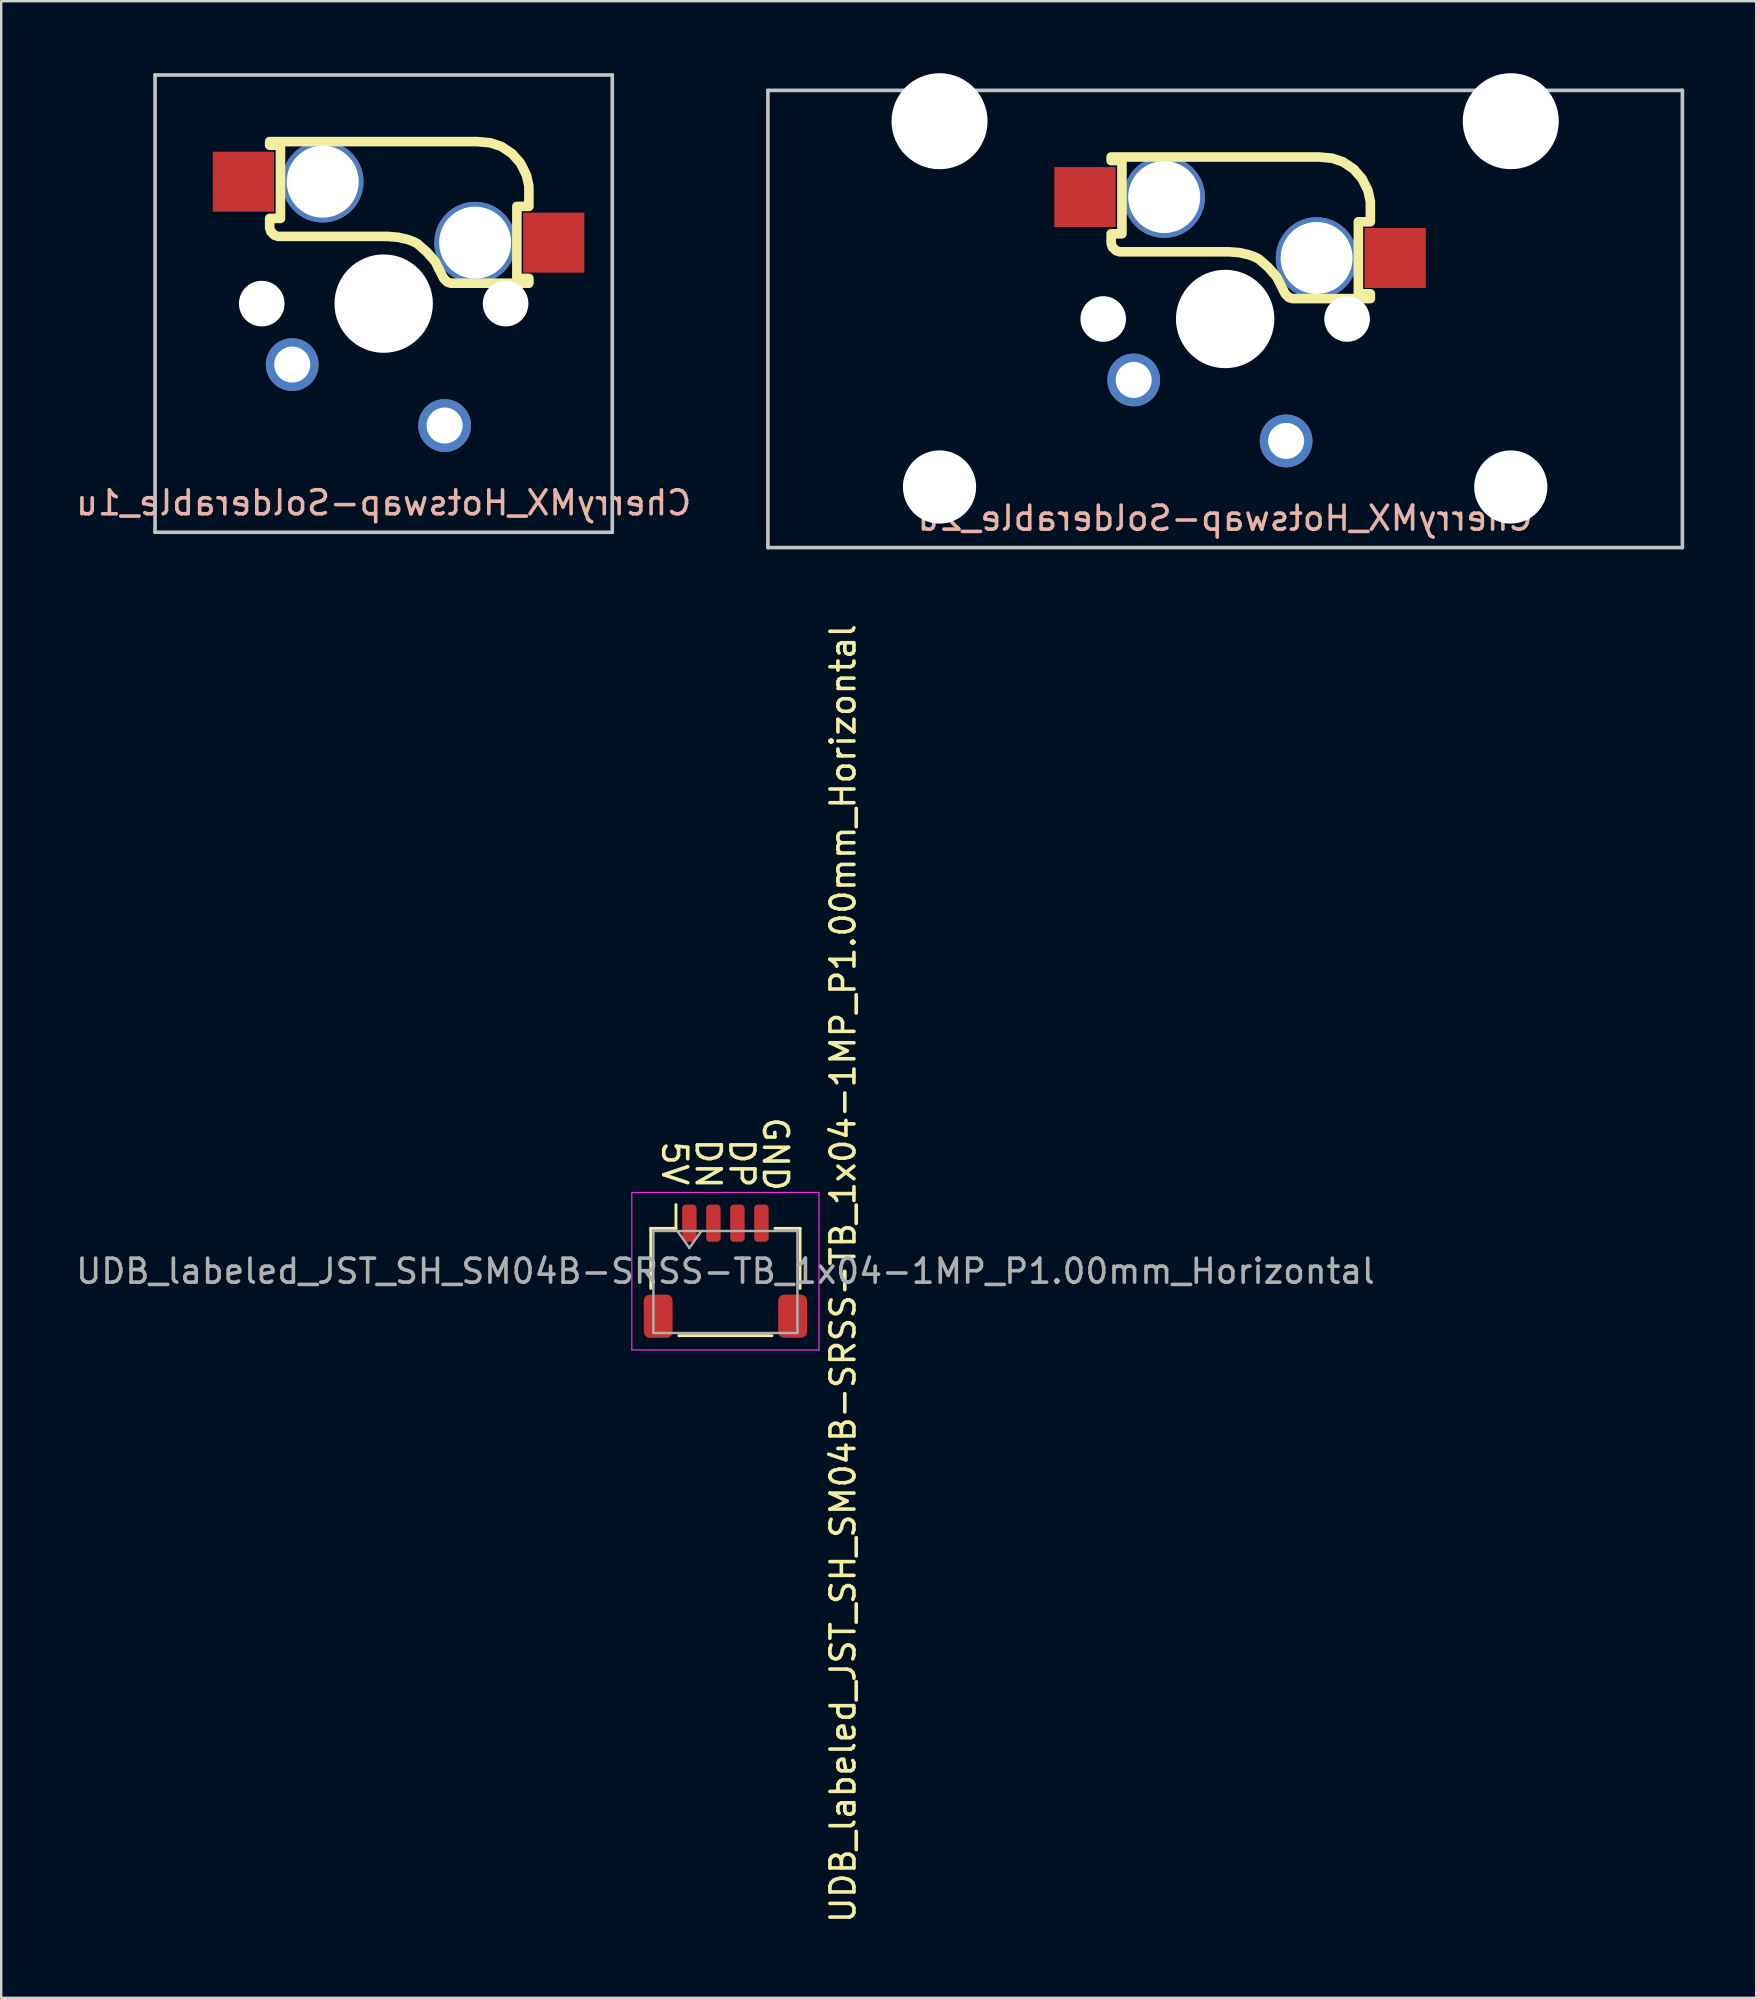
<source format=kicad_pcb>
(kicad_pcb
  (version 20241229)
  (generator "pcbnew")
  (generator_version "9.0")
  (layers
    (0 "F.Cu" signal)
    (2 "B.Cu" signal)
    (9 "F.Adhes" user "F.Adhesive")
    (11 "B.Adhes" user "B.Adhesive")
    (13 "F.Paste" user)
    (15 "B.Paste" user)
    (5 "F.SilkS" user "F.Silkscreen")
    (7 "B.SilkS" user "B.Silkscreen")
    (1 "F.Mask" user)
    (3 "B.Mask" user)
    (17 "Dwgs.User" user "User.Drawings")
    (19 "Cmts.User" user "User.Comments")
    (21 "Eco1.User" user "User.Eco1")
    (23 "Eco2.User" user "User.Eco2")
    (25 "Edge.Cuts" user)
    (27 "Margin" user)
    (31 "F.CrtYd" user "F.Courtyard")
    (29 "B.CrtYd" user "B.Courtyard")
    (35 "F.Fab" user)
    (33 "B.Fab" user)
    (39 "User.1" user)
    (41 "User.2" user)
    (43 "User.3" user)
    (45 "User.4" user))
  (footprint "CherryMX_Hotswap-Solderable_1u"
    (layer "F.Cu")
    (at 12.935 9.6)
    (property "Reference" "CherryMX_Hotswap-Solderable_1u" (at 0 8.3 0) (layer "B.SilkS") (effects (font (size 1 1) (thickness 0.15)) (justify mirror)))
    (attr through_hole)
    (fp_poly (pts (xy -4.75 -6.6) (xy -4.3 -6.6) (xy -4.3 -3.55) (xy -4.75 -3.55) (xy -4.75 -3.15) (xy -4.7 -3) (xy -4.55 -2.85) (xy -4.4 -2.8) (xy 0.15 -2.8) (xy 0.6 -2.765) (xy 1 -2.672) (xy 1.2 -2.6) (xy 1.4 -2.5) (xy 1.8 -2.15) (xy 2.15 -1.75) (xy 2.34 -1.37) (xy 2.5 -1.05) (xy 2.65 -0.9) (xy 2.8 -0.85) (xy 6.05 -0.85) (xy 6.05 -1.05) (xy 5.55 -1.05) (xy 5.55 -4.05) (xy 6.05 -4.05) (xy 6.05 -4.9) (xy 5.95 -5.35) (xy 5.7 -5.85) (xy 5.35 -6.25) (xy 4.9 -6.55) (xy 4.45 -6.7) (xy 3.9 -6.75) (xy -4.75 -6.75)) (stroke (width 0.4) (type solid)) (fill no) (layer "F.SilkS"))
    (fp_line (start -9.525 -9.525) (end -9.525 9.525) (stroke (width 0.15) (type solid)) (layer "Dwgs.User"))
    (fp_line (start -9.525 9.525) (end 9.525 9.525) (stroke (width 0.15) (type solid)) (layer "Dwgs.User"))
    (fp_line (start 9.525 -9.525) (end -9.525 -9.525) (stroke (width 0.15) (type solid)) (layer "Dwgs.User"))
    (fp_line (start 9.525 9.525) (end 9.525 -9.525) (stroke (width 0.15) (type solid)) (layer "Dwgs.User"))
    (pad "" np_thru_hole circle (at -5.08 0) (size 1.9 1.9) (drill 1.9) (layers "*.Cu" "*.Mask"))
    (pad "" np_thru_hole circle (at 0 0 270) (size 4.1 4.1) (drill 4.1) (layers "*.Cu" "*.Mask"))
    (pad "" np_thru_hole circle (at 5.08 0) (size 1.9 1.9) (drill 1.9) (layers "*.Cu" "*.Mask"))
    (pad "1" thru_hole circle (at 2.54 5.08 180) (size 2.2 2.2) (drill 1.5) (layers "*.Cu" "*.Mask"))
    (pad "1" thru_hole circle (at 3.81 -2.54) (size 3.4 3.4) (drill 3) (layers "*.Cu" "*.Mask"))
    (pad "1" smd rect (at 7.085 -2.54 180) (size 2.55 2.5) (layers "F.Cu" "F.Mask" "F.Paste"))
    (pad "2" smd rect (at -5.842 -5.08 180) (size 2.55 2.5) (layers "F.Cu" "F.Mask" "F.Paste"))
    (pad "2" thru_hole circle (at -3.81 2.54 180) (size 2.2 2.2) (drill 1.5) (layers "*.Cu" "*.Mask"))
    (pad "2" thru_hole circle (at -2.54 -5.08) (size 3.4 3.4) (drill 3) (layers "*.Cu" "*.Mask")))
  (footprint "CherryMX_Hotswap-Solderable_2u"
    (layer "F.Cu")
    (at 47.994 10.24)
    (property "Reference" "CherryMX_Hotswap-Solderable_2u" (at 0 8.3 0) (layer "B.SilkS") (effects (font (size 1 1) (thickness 0.15)) (justify mirror)))
    (attr through_hole)
    (fp_poly (pts (xy -4.75 -6.6) (xy -4.3 -6.6) (xy -4.3 -3.55) (xy -4.75 -3.55) (xy -4.75 -3.15) (xy -4.7 -3) (xy -4.55 -2.85) (xy -4.4 -2.8) (xy 0.15 -2.8) (xy 0.6 -2.765) (xy 1 -2.672) (xy 1.2 -2.6) (xy 1.4 -2.5) (xy 1.8 -2.15) (xy 2.15 -1.75) (xy 2.34 -1.37) (xy 2.5 -1.05) (xy 2.65 -0.9) (xy 2.8 -0.85) (xy 6.05 -0.85) (xy 6.05 -1.05) (xy 5.55 -1.05) (xy 5.55 -4.05) (xy 6.05 -4.05) (xy 6.05 -4.9) (xy 5.95 -5.35) (xy 5.7 -5.85) (xy 5.35 -6.25) (xy 4.9 -6.55) (xy 4.45 -6.7) (xy 3.9 -6.75) (xy -4.75 -6.75)) (stroke (width 0.4) (type solid)) (fill no) (layer "F.SilkS"))
    (fp_line (start -19.05 -9.525) (end -19.05 9.525) (stroke (width 0.15) (type solid)) (layer "Dwgs.User"))
    (fp_line (start -19.05 9.525) (end 19.05 9.525) (stroke (width 0.15) (type solid)) (layer "Dwgs.User"))
    (fp_line (start 19.05 -9.525) (end -19.05 -9.525) (stroke (width 0.15) (type solid)) (layer "Dwgs.User"))
    (fp_line (start 19.05 9.525) (end 19.05 -9.525) (stroke (width 0.15) (type solid)) (layer "Dwgs.User"))
    (pad "" np_thru_hole circle (at -11.9 -8.24 180) (size 4 4) (drill 4) (layers "*.Cu" "*.Mask"))
    (pad "" np_thru_hole circle (at -11.9 7 180) (size 3.05 3.05) (drill 3.05) (layers "*.Cu" "*.Mask"))
    (pad "" np_thru_hole circle (at -5.08 0) (size 1.9 1.9) (drill 1.9) (layers "*.Cu" "*.Mask"))
    (pad "" np_thru_hole circle (at 0 0 90) (size 4.1 4.1) (drill 4.1) (layers "*.Cu" "*.Mask"))
    (pad "" np_thru_hole circle (at 5.08 0) (size 1.9 1.9) (drill 1.9) (layers "*.Cu" "*.Mask"))
    (pad "" np_thru_hole circle (at 11.9 -8.24 180) (size 4 4) (drill 4) (layers "*.Cu" "*.Mask"))
    (pad "" np_thru_hole circle (at 11.9 7 180) (size 3.05 3.05) (drill 3.05) (layers "*.Cu" "*.Mask"))
    (pad "1" thru_hole circle (at 2.54 5.08 180) (size 2.2 2.2) (drill 1.5) (layers "*.Cu" "*.Mask"))
    (pad "1" thru_hole circle (at 3.81 -2.54) (size 3.4 3.4) (drill 3) (layers "*.Cu" "*.Mask"))
    (pad "1" smd rect (at 7.085 -2.54 180) (size 2.55 2.5) (layers "F.Cu" "F.Mask" "F.Paste"))
    (pad "2" smd rect (at -5.842 -5.08 180) (size 2.55 2.5) (layers "F.Cu" "F.Mask" "F.Paste"))
    (pad "2" thru_hole circle (at -3.81 2.54 180) (size 2.2 2.2) (drill 1.5) (layers "*.Cu" "*.Mask"))
    (pad "2" thru_hole circle (at -2.54 -5.08) (size 3.4 3.4) (drill 3) (layers "*.Cu" "*.Mask")))
  (footprint "UDB_labeled_JST_SH_SM04B-SRSS-TB_1x04-1MP_P1.00mm_Horizontal"
    (layer "F.Cu")
    (at 27.173 49.913)
    (property "Reference" "UDB_labeled_JST_SH_SM04B-SRSS-TB_1x04-1MP_P1.00mm_Horizontal" (at 4.9 0.1 90) (layer "F.SilkS") (effects (font (size 1 1) (thickness 0.15))))
    (attr smd)
    (fp_line (start -3.11 -1.785) (end -2.06 -1.785) (stroke (width 0.12) (type solid)) (layer "F.SilkS"))
    (fp_line (start -3.11 0.715) (end -3.11 -1.785) (stroke (width 0.12) (type solid)) (layer "F.SilkS"))
    (fp_line (start -2.06 -1.785) (end -2.06 -2.775) (stroke (width 0.12) (type solid)) (layer "F.SilkS"))
    (fp_line (start -1.94 2.685) (end 1.94 2.685) (stroke (width 0.12) (type solid)) (layer "F.SilkS"))
    (fp_line (start 3.11 -1.785) (end 2.06 -1.785) (stroke (width 0.12) (type solid)) (layer "F.SilkS"))
    (fp_line (start 3.11 0.715) (end 3.11 -1.785) (stroke (width 0.12) (type solid)) (layer "F.SilkS"))
    (fp_line (start -3.9 -3.28) (end -3.9 3.28) (stroke (width 0.05) (type solid)) (layer "F.CrtYd"))
    (fp_line (start -3.9 3.28) (end 3.9 3.28) (stroke (width 0.05) (type solid)) (layer "F.CrtYd"))
    (fp_line (start 3.9 -3.28) (end -3.9 -3.28) (stroke (width 0.05) (type solid)) (layer "F.CrtYd"))
    (fp_line (start 3.9 3.28) (end 3.9 -3.28) (stroke (width 0.05) (type solid)) (layer "F.CrtYd"))
    (fp_line (start -3 -1.675) (end -3 2.575) (stroke (width 0.1) (type solid)) (layer "F.Fab"))
    (fp_line (start -3 -1.675) (end 3 -1.675) (stroke (width 0.1) (type solid)) (layer "F.Fab"))
    (fp_line (start -3 2.575) (end 3 2.575) (stroke (width 0.1) (type solid)) (layer "F.Fab"))
    (fp_line (start -2 -1.675) (end -1.5 -0.968) (stroke (width 0.1) (type solid)) (layer "F.Fab"))
    (fp_line (start -1.5 -0.968) (end -1 -1.675) (stroke (width 0.1) (type solid)) (layer "F.Fab"))
    (fp_line (start 3 -1.675) (end 3 2.575) (stroke (width 0.1) (type solid)) (layer "F.Fab"))
    (fp_text user "DN" (at -1.3 -5.6 270) (unlocked yes) (layer "F.SilkS") (effects (font (size 1 1) (thickness 0.15) (bold yes)) (justify left bottom)))
    (fp_text user "5V" (at -2.7 -5.5 270) (unlocked yes) (layer "F.SilkS") (effects (font (size 1 1) (thickness 0.15) (bold yes)) (justify left bottom)))
    (fp_text user "GND" (at 1.5 -6.5 270) (unlocked yes) (layer "F.SilkS") (effects (font (size 1 1) (thickness 0.15) (bold yes)) (justify left bottom)))
    (fp_text user "DP" (at 0.1 -5.6 270) (unlocked yes) (layer "F.SilkS") (effects (font (size 1 1) (thickness 0.15) (bold yes)) (justify left bottom)))
    (fp_text user "${REFERENCE}" (at 0 0 0) (layer "F.Fab") (effects (font (size 1 1) (thickness 0.15))))
    (pad "1" smd roundrect (at -1.5 -2) (size 0.6 1.55) (layers "F.Cu" "F.Mask" "F.Paste") (roundrect_rratio 0.25))
    (pad "2" smd roundrect (at -0.5 -2) (size 0.6 1.55) (layers "F.Cu" "F.Mask" "F.Paste") (roundrect_rratio 0.25))
    (pad "3" smd roundrect (at 0.5 -2) (size 0.6 1.55) (layers "F.Cu" "F.Mask" "F.Paste") (roundrect_rratio 0.25))
    (pad "4" smd roundrect (at 1.5 -2) (size 0.6 1.55) (layers "F.Cu" "F.Mask" "F.Paste") (roundrect_rratio 0.25))
    (pad "MP" smd roundrect (at -2.8 1.875) (size 1.2 1.8) (layers "F.Cu" "F.Mask" "F.Paste") (roundrect_rratio 0.208))
    (pad "MP" smd roundrect (at 2.8 1.875) (size 1.2 1.8) (layers "F.Cu" "F.Mask" "F.Paste") (roundrect_rratio 0.208)))
  (gr_rect
    (start -3 -3)
    (end 70.119 80.185)
    (stroke (width 0.1) (type default))
    (fill no)
    (layer "Edge.Cuts")))
</source>
